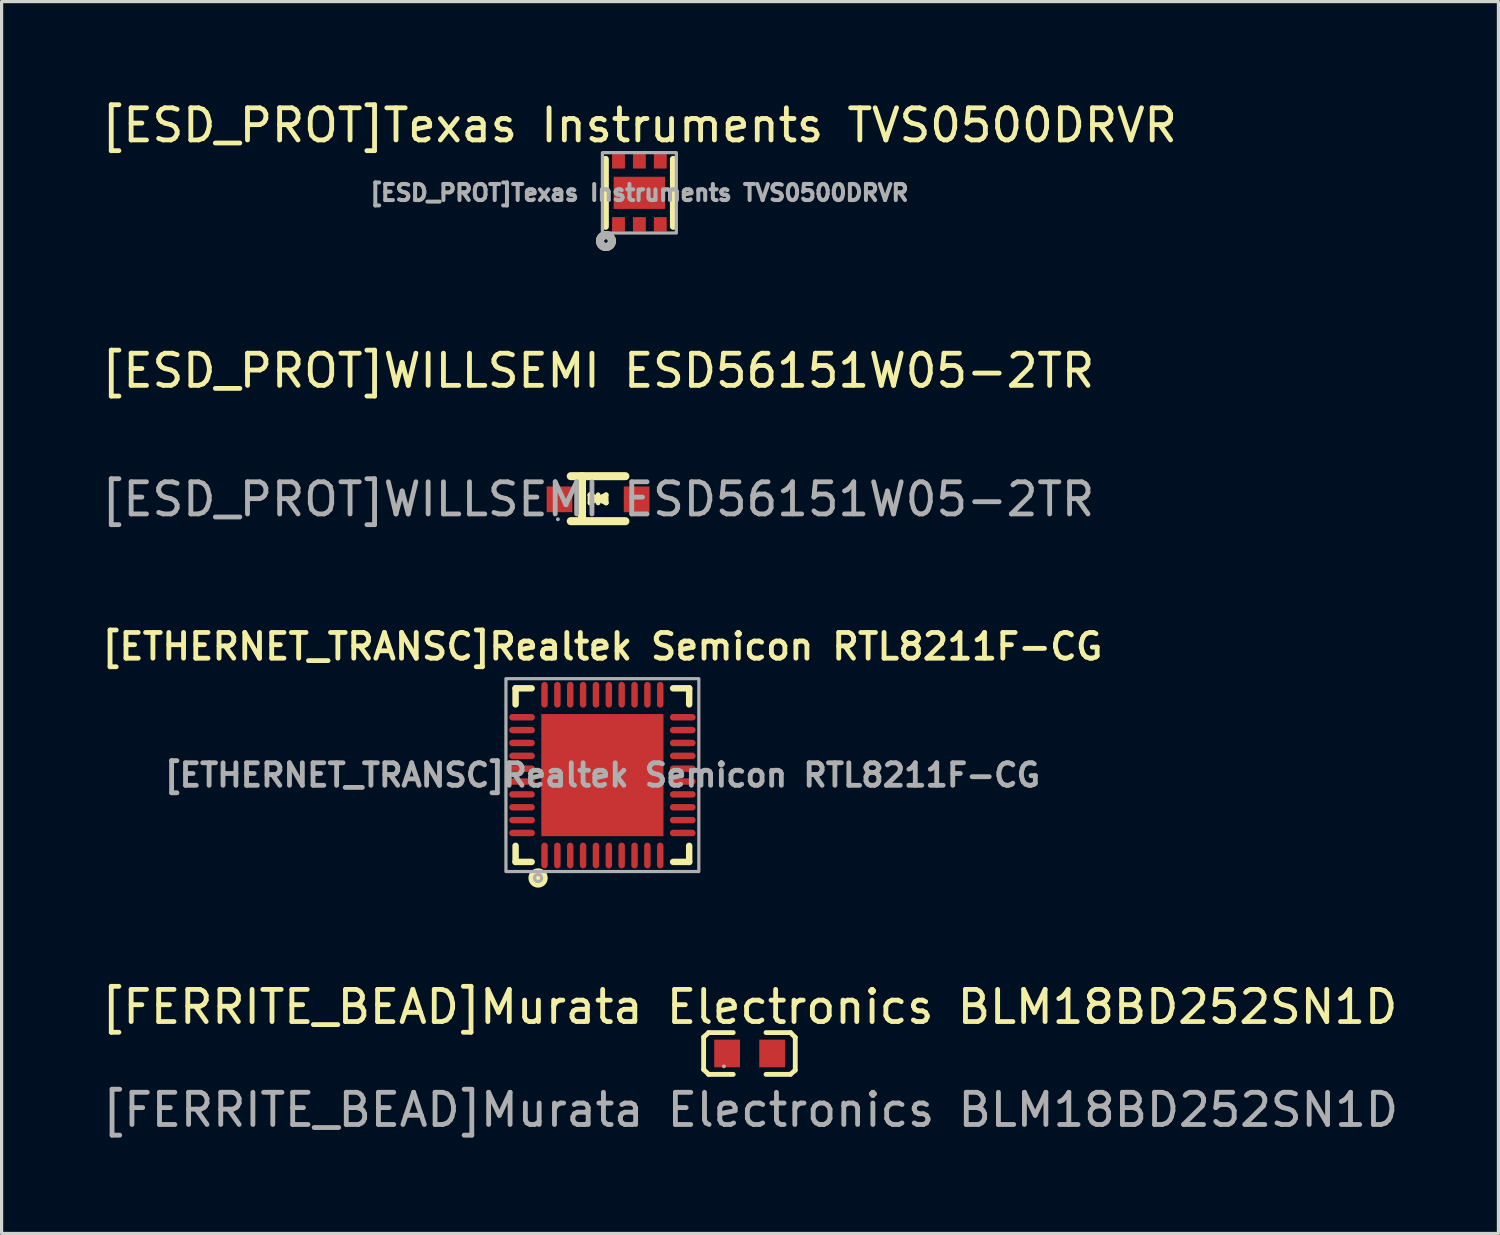
<source format=kicad_pcb>
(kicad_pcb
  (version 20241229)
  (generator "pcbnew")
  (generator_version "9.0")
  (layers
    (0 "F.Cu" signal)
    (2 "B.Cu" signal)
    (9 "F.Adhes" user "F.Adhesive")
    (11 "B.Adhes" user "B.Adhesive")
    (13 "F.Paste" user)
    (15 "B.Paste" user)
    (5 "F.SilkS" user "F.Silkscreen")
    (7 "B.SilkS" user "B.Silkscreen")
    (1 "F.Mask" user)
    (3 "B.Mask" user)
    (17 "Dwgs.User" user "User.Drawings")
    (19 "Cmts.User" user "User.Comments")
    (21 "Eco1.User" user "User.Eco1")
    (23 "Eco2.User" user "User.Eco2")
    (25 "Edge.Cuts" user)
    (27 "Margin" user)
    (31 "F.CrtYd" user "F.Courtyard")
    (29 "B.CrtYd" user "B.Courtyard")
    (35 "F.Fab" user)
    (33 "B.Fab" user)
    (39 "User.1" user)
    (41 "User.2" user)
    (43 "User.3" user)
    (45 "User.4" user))
  (footprint "[ESD_PROT]Texas Instruments TVS0500DRVR"
    (layer "F.Cu")
    (at 16.839 2.948)
    (property "Reference" "[ESD_PROT]Texas Instruments TVS0500DRVR" (at 0 -2.1 0) (layer "F.SilkS") (effects (font (size 1 1) (thickness 0.15))))
    (attr through_hole)
    (fp_line (start -1.05 1.05) (end -1.05 -1.05) (stroke (width 0.2) (type solid)) (layer "F.SilkS"))
    (fp_line (start 1.05 1.05) (end 1.05 -1.05) (stroke (width 0.2) (type solid)) (layer "F.SilkS"))
    (fp_circle (center -1.04 1.5) (end -0.98 1.5) (stroke (width 0.25) (type solid)) (fill no) (layer "F.SilkS"))
    (fp_rect (start -1.15 -1.25) (end 1.15 1.25) (stroke (width 0.1) (type default)) (fill no) (layer "F.Fab"))
    (fp_circle (center -1.04 1.5) (end -0.98 1.5) (stroke (width 0.25) (type solid)) (fill no) (layer "F.Fab"))
    (fp_text user "${REFERENCE}" (at 0 0 0) (layer "F.Fab") (effects (font (size 0.5 0.5) (thickness 0.125))))
    (pad "1" smd rect (at -0.65 0.98) (size 0.4 0.45) (layers "F.Cu" "F.Mask" "F.Paste"))
    (pad "2" smd rect (at 0 0.98) (size 0.4 0.45) (layers "F.Cu" "F.Mask" "F.Paste"))
    (pad "3" smd rect (at 0.65 0.98) (size 0.4 0.45) (layers "F.Cu" "F.Mask" "F.Paste"))
    (pad "4" smd rect (at 0.65 -0.98) (size 0.4 0.45) (layers "F.Cu" "F.Mask" "F.Paste"))
    (pad "5" smd rect (at 0 -0.98) (size 0.4 0.45) (layers "F.Cu" "F.Mask" "F.Paste"))
    (pad "6" smd rect (at -0.65 -0.98) (size 0.4 0.45) (layers "F.Cu" "F.Mask" "F.Paste"))
    (pad "7" smd rect (at 0 0 90) (size 1 1.6) (layers "F.Cu" "F.Mask" "F.Paste")))
  (footprint "[ESD_PROT]WILLSEMI ESD56151W05-2TR"
    (layer "F.Cu")
    (at 15.554 12.482)
    (property "Reference" "[ESD_PROT]WILLSEMI ESD56151W05-2TR" (at 0 -4 0) (layer "F.SilkS") (effects (font (size 1 1) (thickness 0.15))))
    (attr smd)
    (fp_line (start -0.85 -0.72) (end 0.85 -0.72) (stroke (width 0.25) (type solid)) (layer "F.SilkS"))
    (fp_line (start -0.85 0.68) (end 0.85 0.68) (stroke (width 0.25) (type solid)) (layer "F.SilkS"))
    (fp_line (start -0.5 -0.72) (end -0.5 0.64) (stroke (width 0.25) (type solid)) (layer "F.SilkS"))
    (fp_line (start -0.25 -0.14) (end -0.25 -0.14) (stroke (width 0.15) (type solid)) (layer "F.SilkS"))
    (fp_line (start -0.25 -0.14) (end 0 -0.02) (stroke (width 0.15) (type solid)) (layer "F.SilkS"))
    (fp_line (start -0.25 0.11) (end -0.25 -0.14) (stroke (width 0.15) (type solid)) (layer "F.SilkS"))
    (fp_line (start -0.13 -0.02) (end 0 -0.02) (stroke (width 0.15) (type solid)) (layer "F.SilkS"))
    (fp_line (start 0 -0.14) (end 0 0.11) (stroke (width 0.15) (type solid)) (layer "F.SilkS"))
    (fp_line (start 0 -0.02) (end -0.25 0.11) (stroke (width 0.15) (type solid)) (layer "F.SilkS"))
    (fp_line (start 0 -0.02) (end 0.25 -0.14) (stroke (width 0.15) (type solid)) (layer "F.SilkS"))
    (fp_line (start 0.13 -0.02) (end 0 -0.02) (stroke (width 0.15) (type solid)) (layer "F.SilkS"))
    (fp_line (start 0.25 -0.14) (end 0.25 0.11) (stroke (width 0.15) (type solid)) (layer "F.SilkS"))
    (fp_line (start 0.25 0.11) (end 0 -0.01) (stroke (width 0.15) (type solid)) (layer "F.SilkS"))
    (fp_line (start 0.25 0.11) (end 0.25 0.11) (stroke (width 0.15) (type solid)) (layer "F.SilkS"))
    (fp_circle (center -1.25 0.62) (end -1.22 0.62) (stroke (width 0.06) (type solid)) (fill no) (layer "F.Fab"))
    (fp_text user "${REFERENCE}" (at 0 0 0) (layer "F.Fab") (effects (font (size 1 1) (thickness 0.15))))
    (pad "1" smd rect (at -1.2 0) (size 0.8 0.8) (layers "F.Cu" "F.Mask" "F.Paste"))
    (pad "2" smd rect (at 1.2 0) (size 0.8 0.8) (layers "F.Cu" "F.Mask" "F.Paste")))
  (footprint "[ETHERNET_TRANSC]Realtek Semicon RTL8211F-CG"
    (layer "F.Cu")
    (at 15.688 21.061)
    (property "Reference" "[ETHERNET_TRANSC]Realtek Semicon RTL8211F-CG" (at 0 -4 0) (layer "F.SilkS") (effects (font (size 0.8 0.8) (thickness 0.15))))
    (attr smd)
    (fp_line (start -2.7 -2.7) (end -2.7 -2.2) (stroke (width 0.2) (type solid)) (layer "F.SilkS"))
    (fp_line (start -2.7 2.7) (end -2.7 2.2) (stroke (width 0.2) (type solid)) (layer "F.SilkS"))
    (fp_line (start -2.2 -2.7) (end -2.7 -2.7) (stroke (width 0.2) (type solid)) (layer "F.SilkS"))
    (fp_line (start -2.2 2.7) (end -2.7 2.7) (stroke (width 0.2) (type solid)) (layer "F.SilkS"))
    (fp_line (start 2.7 -2.7) (end 2.2 -2.7) (stroke (width 0.2) (type solid)) (layer "F.SilkS"))
    (fp_line (start 2.7 -2.2) (end 2.7 -2.7) (stroke (width 0.2) (type solid)) (layer "F.SilkS"))
    (fp_line (start 2.7 2.2) (end 2.7 2.7) (stroke (width 0.2) (type solid)) (layer "F.SilkS"))
    (fp_line (start 2.7 2.7) (end 2.2 2.7) (stroke (width 0.2) (type solid)) (layer "F.SilkS"))
    (fp_arc (start -2 3.2) (mid -2 3.2) (end -2 3.2) (stroke (width 0.3) (type solid)) (layer "F.SilkS"))
    (fp_rect (start -3 -3) (end 3 3) (stroke (width 0.1) (type default)) (fill no) (layer "F.Fab"))
    (fp_circle (center -2 3.2) (end -1.892 3.232) (stroke (width 0.1) (type solid)) (fill no) (layer "F.Fab"))
    (fp_text user "${REFERENCE}" (at 0 0 0) (layer "F.Fab") (effects (font (size 0.7 0.7) (thickness 0.15))))
    (pad "1" smd oval (at -1.8 2.5 180) (size 0.2 0.8) (layers "F.Cu" "F.Mask" "F.Paste"))
    (pad "2" smd oval (at -1.4 2.5 180) (size 0.2 0.8) (layers "F.Cu" "F.Mask" "F.Paste"))
    (pad "3" smd oval (at -1 2.5 180) (size 0.2 0.8) (layers "F.Cu" "F.Mask" "F.Paste"))
    (pad "4" smd oval (at -0.6 2.5 180) (size 0.2 0.8) (layers "F.Cu" "F.Mask" "F.Paste"))
    (pad "5" smd oval (at -0.2 2.5 180) (size 0.2 0.8) (layers "F.Cu" "F.Mask" "F.Paste"))
    (pad "6" smd oval (at 0.2 2.5 180) (size 0.2 0.8) (layers "F.Cu" "F.Mask" "F.Paste"))
    (pad "7" smd oval (at 0.6 2.5 180) (size 0.2 0.8) (layers "F.Cu" "F.Mask" "F.Paste"))
    (pad "8" smd oval (at 1 2.5 180) (size 0.2 0.8) (layers "F.Cu" "F.Mask" "F.Paste"))
    (pad "9" smd oval (at 1.4 2.5 180) (size 0.2 0.8) (layers "F.Cu" "F.Mask" "F.Paste"))
    (pad "10" smd oval (at 1.8 2.5 180) (size 0.2 0.8) (layers "F.Cu" "F.Mask" "F.Paste"))
    (pad "11" smd oval (at 2.5 1.8 270) (size 0.2 0.8) (layers "F.Cu" "F.Mask" "F.Paste"))
    (pad "12" smd oval (at 2.5 1.4 270) (size 0.2 0.8) (layers "F.Cu" "F.Mask" "F.Paste"))
    (pad "13" smd oval (at 2.5 1 270) (size 0.2 0.8) (layers "F.Cu" "F.Mask" "F.Paste"))
    (pad "14" smd oval (at 2.5 0.6 270) (size 0.2 0.8) (layers "F.Cu" "F.Mask" "F.Paste"))
    (pad "15" smd oval (at 2.5 0.2 270) (size 0.2 0.8) (layers "F.Cu" "F.Mask" "F.Paste"))
    (pad "16" smd oval (at 2.5 -0.2 270) (size 0.2 0.8) (layers "F.Cu" "F.Mask" "F.Paste"))
    (pad "17" smd oval (at 2.5 -0.6 270) (size 0.2 0.8) (layers "F.Cu" "F.Mask" "F.Paste"))
    (pad "18" smd oval (at 2.5 -1 270) (size 0.2 0.8) (layers "F.Cu" "F.Mask" "F.Paste"))
    (pad "19" smd oval (at 2.5 -1.4 270) (size 0.2 0.8) (layers "F.Cu" "F.Mask" "F.Paste"))
    (pad "20" smd oval (at 2.5 -1.8 270) (size 0.2 0.8) (layers "F.Cu" "F.Mask" "F.Paste"))
    (pad "21" smd oval (at 1.8 -2.5) (size 0.2 0.8) (layers "F.Cu" "F.Mask" "F.Paste"))
    (pad "22" smd oval (at 1.4 -2.5) (size 0.2 0.8) (layers "F.Cu" "F.Mask" "F.Paste"))
    (pad "23" smd oval (at 1 -2.5) (size 0.2 0.8) (layers "F.Cu" "F.Mask" "F.Paste"))
    (pad "24" smd oval (at 0.6 -2.5) (size 0.2 0.8) (layers "F.Cu" "F.Mask" "F.Paste"))
    (pad "25" smd oval (at 0.2 -2.5) (size 0.2 0.8) (layers "F.Cu" "F.Mask" "F.Paste"))
    (pad "26" smd oval (at -0.2 -2.5) (size 0.2 0.8) (layers "F.Cu" "F.Mask" "F.Paste"))
    (pad "27" smd oval (at -0.6 -2.5) (size 0.2 0.8) (layers "F.Cu" "F.Mask" "F.Paste"))
    (pad "28" smd oval (at -1 -2.5) (size 0.2 0.8) (layers "F.Cu" "F.Mask" "F.Paste"))
    (pad "29" smd oval (at -1.4 -2.5) (size 0.2 0.8) (layers "F.Cu" "F.Mask" "F.Paste"))
    (pad "30" smd oval (at -1.8 -2.5) (size 0.2 0.8) (layers "F.Cu" "F.Mask" "F.Paste"))
    (pad "31" smd oval (at -2.5 -1.8 90) (size 0.2 0.8) (layers "F.Cu" "F.Mask" "F.Paste"))
    (pad "32" smd oval (at -2.5 -1.4 90) (size 0.2 0.8) (layers "F.Cu" "F.Mask" "F.Paste"))
    (pad "33" smd oval (at -2.5 -1 90) (size 0.2 0.8) (layers "F.Cu" "F.Mask" "F.Paste"))
    (pad "34" smd oval (at -2.5 -0.6 90) (size 0.2 0.8) (layers "F.Cu" "F.Mask" "F.Paste"))
    (pad "35" smd oval (at -2.5 -0.2 90) (size 0.2 0.8) (layers "F.Cu" "F.Mask" "F.Paste"))
    (pad "36" smd oval (at -2.5 0.2 90) (size 0.2 0.8) (layers "F.Cu" "F.Mask" "F.Paste"))
    (pad "37" smd oval (at -2.5 0.6 90) (size 0.2 0.8) (layers "F.Cu" "F.Mask" "F.Paste"))
    (pad "38" smd oval (at -2.5 1 90) (size 0.2 0.8) (layers "F.Cu" "F.Mask" "F.Paste"))
    (pad "39" smd oval (at -2.5 1.4 90) (size 0.2 0.8) (layers "F.Cu" "F.Mask" "F.Paste"))
    (pad "40" smd oval (at -2.5 1.8 90) (size 0.2 0.8) (layers "F.Cu" "F.Mask" "F.Paste"))
    (pad "41" smd rect (at 0 0 90) (size 3.8 3.8) (layers "F.Cu" "F.Mask" "F.Paste")))
  (footprint "[FERRITE_BEAD]Murata Electronics BLM18BD252SN1D"
    (layer "F.Cu")
    (at 20.268 29.72)
    (property "Reference" "[FERRITE_BEAD]Murata Electronics BLM18BD252SN1D" (at 0 -1.448 0) (layer "F.SilkS") (effects (font (size 1 1) (thickness 0.15))))
    (attr smd)
    (fp_line (start -1.43 -0.51) (end -1.27 -0.65) (stroke (width 0.15) (type solid)) (layer "F.SilkS"))
    (fp_line (start -1.43 0.5) (end -1.43 -0.51) (stroke (width 0.15) (type solid)) (layer "F.SilkS"))
    (fp_line (start -1.28 -0.65) (end -0.51 -0.65) (stroke (width 0.15) (type solid)) (layer "F.SilkS"))
    (fp_line (start -1.28 0.65) (end -0.51 0.65) (stroke (width 0.15) (type solid)) (layer "F.SilkS"))
    (fp_line (start -1.27 0.65) (end -1.43 0.5) (stroke (width 0.15) (type solid)) (layer "F.SilkS"))
    (fp_line (start 1.27 -0.65) (end 0.51 -0.65) (stroke (width 0.15) (type solid)) (layer "F.SilkS"))
    (fp_line (start 1.27 -0.65) (end 1.42 -0.5) (stroke (width 0.15) (type solid)) (layer "F.SilkS"))
    (fp_line (start 1.27 0.65) (end 0.51 0.65) (stroke (width 0.15) (type solid)) (layer "F.SilkS"))
    (fp_line (start 1.42 -0.5) (end 1.42 0.52) (stroke (width 0.15) (type solid)) (layer "F.SilkS"))
    (fp_line (start 1.42 0.52) (end 1.27 0.65) (stroke (width 0.15) (type solid)) (layer "F.SilkS"))
    (fp_circle (center -0.8 0.4) (end -0.77 0.4) (stroke (width 0.06) (type solid)) (fill no) (layer "F.Fab"))
    (fp_text user "${REFERENCE}" (at 0.025 1.753 0) (layer "F.Fab") (effects (font (size 1 1) (thickness 0.15))))
    (pad "1" smd rect (at -0.7 0 180) (size 0.8 0.86) (layers "F.Cu" "F.Mask" "F.Paste"))
    (pad "2" smd rect (at 0.7 0 180) (size 0.8 0.86) (layers "F.Cu" "F.Mask" "F.Paste")))
  (gr_rect
    (start -3 -3)
    (end 43.561 35.32)
    (stroke (width 0.1) (type default))
    (fill no)
    (layer "Edge.Cuts")))
</source>
